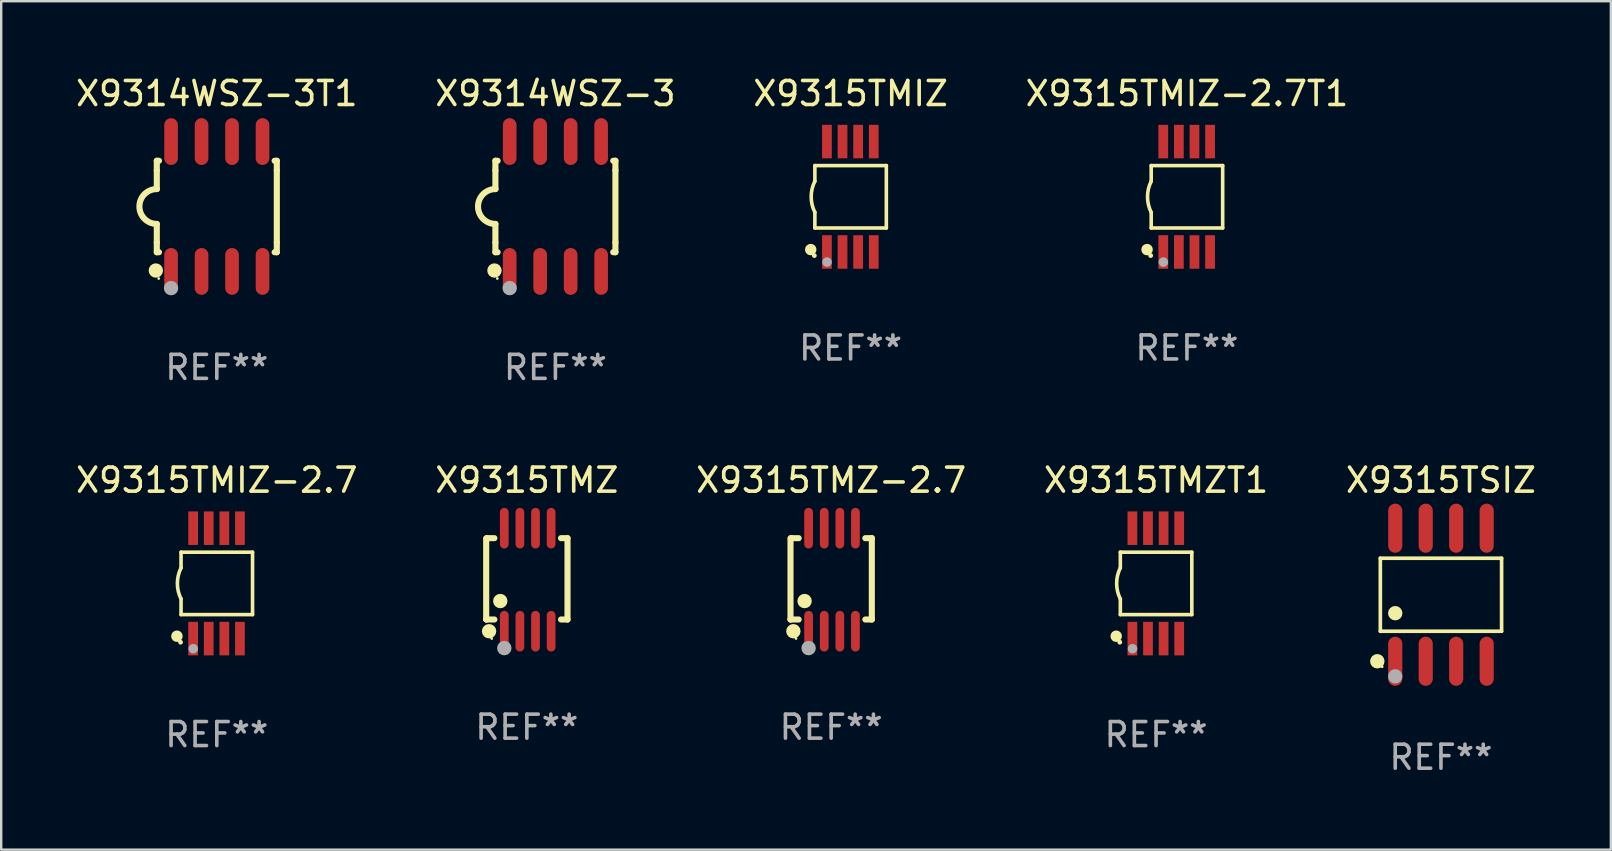
<source format=kicad_pcb>
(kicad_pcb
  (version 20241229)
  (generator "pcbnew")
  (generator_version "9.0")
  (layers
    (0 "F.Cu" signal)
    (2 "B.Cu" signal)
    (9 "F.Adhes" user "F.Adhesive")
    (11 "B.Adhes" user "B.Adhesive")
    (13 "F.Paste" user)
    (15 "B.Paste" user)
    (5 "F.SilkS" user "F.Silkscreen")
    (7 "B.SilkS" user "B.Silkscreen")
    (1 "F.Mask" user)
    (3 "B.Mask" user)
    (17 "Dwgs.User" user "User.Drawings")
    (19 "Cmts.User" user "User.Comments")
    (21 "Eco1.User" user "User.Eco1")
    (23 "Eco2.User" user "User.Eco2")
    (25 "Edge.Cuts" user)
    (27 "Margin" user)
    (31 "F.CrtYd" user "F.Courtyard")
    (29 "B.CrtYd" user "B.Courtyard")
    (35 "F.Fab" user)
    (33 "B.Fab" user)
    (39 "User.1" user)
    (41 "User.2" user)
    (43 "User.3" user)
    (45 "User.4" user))
  (footprint "X9314WSZ-3T1"
    (layer "F.Cu")
    (at 5.982 5.553)
    (property "Reference" "X9314WSZ-3T1" (at 0 -4.705 0) (layer "F.SilkS") (effects (font (size 1 1) (thickness 0.15))))
    (attr through_hole)
    (fp_line (start -2.5 -1.905) (end -2.409 -1.905) (stroke (width 0.254) (type solid)) (layer "F.SilkS"))
    (fp_line (start -2.5 -1.5) (end -2.5 -1.905) (stroke (width 0.254) (type solid)) (layer "F.SilkS"))
    (fp_line (start -2.5 -1.5) (end -2.5 -0.726) (stroke (width 0.254) (type solid)) (layer "F.SilkS"))
    (fp_line (start -2.5 1.5) (end -2.5 0.727) (stroke (width 0.254) (type solid)) (layer "F.SilkS"))
    (fp_line (start -2.5 1.5) (end -2.5 1.905) (stroke (width 0.254) (type solid)) (layer "F.SilkS"))
    (fp_line (start -2.5 1.905) (end -2.409 1.905) (stroke (width 0.254) (type solid)) (layer "F.SilkS"))
    (fp_line (start 2.5 -1.905) (end 2.409 -1.905) (stroke (width 0.254) (type solid)) (layer "F.SilkS"))
    (fp_line (start 2.5 -1.5) (end 2.5 -1.905) (stroke (width 0.254) (type solid)) (layer "F.SilkS"))
    (fp_line (start 2.5 -1.5) (end 2.5 1.5) (stroke (width 0.254) (type solid)) (layer "F.SilkS"))
    (fp_line (start 2.5 1.5) (end 2.5 1.905) (stroke (width 0.254) (type solid)) (layer "F.SilkS"))
    (fp_line (start 2.5 1.905) (end 2.409 1.905) (stroke (width 0.254) (type solid)) (layer "F.SilkS"))
    (fp_arc (start -2.5 0.726568) (mid -3.220316 -0.0023) (end -2.495097 -0.726289) (stroke (width 0.254001) (type solid)) (layer "F.SilkS"))
    (fp_circle (center -2.54 2.667) (end -2.39 2.667) (stroke (width 0.3) (type solid)) (fill no) (layer "F.SilkS"))
    (fp_circle (center -2.42 3) (end -2.39 3) (stroke (width 0.06) (type solid)) (fill no) (layer "F.SilkS"))
    (fp_circle (center -1.905 3.4) (end -1.755 3.4) (stroke (width 0.3) (type solid)) (fill no) (layer "F.Fab"))
    (fp_text user "REF**" (at 0 6.705 0) (layer "F.Fab") (effects (font (size 1 1) (thickness 0.15))))
    (pad "1" smd oval (at -1.905 2.705) (size 0.568 1.95) (layers "F.Cu" "F.Mask" "F.Paste"))
    (pad "2" smd oval (at -0.635 2.705) (size 0.568 1.95) (layers "F.Cu" "F.Mask" "F.Paste"))
    (pad "3" smd oval (at 0.635 2.705) (size 0.568 1.95) (layers "F.Cu" "F.Mask" "F.Paste"))
    (pad "4" smd oval (at 1.905 2.705) (size 0.568 1.95) (layers "F.Cu" "F.Mask" "F.Paste"))
    (pad "5" smd oval (at 1.905 -2.705) (size 0.568 1.95) (layers "F.Cu" "F.Mask" "F.Paste"))
    (pad "6" smd oval (at 0.635 -2.705) (size 0.568 1.95) (layers "F.Cu" "F.Mask" "F.Paste"))
    (pad "7" smd oval (at -0.635 -2.705) (size 0.568 1.95) (layers "F.Cu" "F.Mask" "F.Paste"))
    (pad "8" smd oval (at -1.905 -2.705) (size 0.568 1.95) (layers "F.Cu" "F.Mask" "F.Paste")))
  (footprint "X9315TMZ"
    (layer "F.Cu")
    (at 18.899 21.101)
    (property "Reference" "X9315TMZ" (at 0 -4.146 0) (layer "F.SilkS") (effects (font (size 1 1) (thickness 0.15))))
    (attr through_hole)
    (fp_line (start -1.694 -1.724) (end -1.694 1.652) (stroke (width 0.254) (type solid)) (layer "F.SilkS"))
    (fp_line (start -1.694 1.652) (end -1.688 1.658) (stroke (width 0.254) (type solid)) (layer "F.SilkS"))
    (fp_line (start -1.688 1.658) (end -1.353 1.658) (stroke (width 0.254) (type solid)) (layer "F.SilkS"))
    (fp_line (start -1.661 -1.73) (end -1.681 -1.71) (stroke (width 0.254) (type solid)) (layer "F.SilkS"))
    (fp_line (start -1.353 -1.73) (end -1.661 -1.73) (stroke (width 0.254) (type solid)) (layer "F.SilkS"))
    (fp_line (start 1.424 1.658) (end 1.694 1.658) (stroke (width 0.254) (type solid)) (layer "F.SilkS"))
    (fp_line (start 1.694 -1.73) (end 1.424 -1.73) (stroke (width 0.254) (type solid)) (layer "F.SilkS"))
    (fp_line (start 1.694 1.658) (end 1.694 -1.73) (stroke (width 0.254) (type solid)) (layer "F.SilkS"))
    (fp_circle (center -1.574 2.146) (end -1.424 2.146) (stroke (width 0.3) (type solid)) (fill no) (layer "F.SilkS"))
    (fp_circle (center -1.464 2.45) (end -1.434 2.45) (stroke (width 0.06) (type solid)) (fill no) (layer "F.SilkS"))
    (fp_circle (center -1.107 0.889) (end -0.957 0.889) (stroke (width 0.3) (type solid)) (fill no) (layer "F.SilkS"))
    (fp_circle (center -0.94 2.85) (end -0.789 2.85) (stroke (width 0.3) (type solid)) (fill no) (layer "F.Fab"))
    (fp_text user "REF**" (at 0 6.146 0) (layer "F.Fab") (effects (font (size 1 1) (thickness 0.15))))
    (pad "1" smd oval (at -0.94 2.146) (size 0.364 1.692) (layers "F.Cu" "F.Mask" "F.Paste"))
    (pad "2" smd oval (at -0.289 2.146) (size 0.364 1.692) (layers "F.Cu" "F.Mask" "F.Paste"))
    (pad "3" smd oval (at 0.361 2.146) (size 0.364 1.692) (layers "F.Cu" "F.Mask" "F.Paste"))
    (pad "4" smd oval (at 1.011 2.146) (size 0.364 1.692) (layers "F.Cu" "F.Mask" "F.Paste"))
    (pad "5" smd oval (at 1.011 -2.146) (size 0.364 1.692) (layers "F.Cu" "F.Mask" "F.Paste"))
    (pad "6" smd oval (at 0.361 -2.146) (size 0.364 1.692) (layers "F.Cu" "F.Mask" "F.Paste"))
    (pad "7" smd oval (at -0.289 -2.146) (size 0.364 1.692) (layers "F.Cu" "F.Mask" "F.Paste"))
    (pad "8" smd oval (at -0.94 -2.146) (size 0.364 1.692) (layers "F.Cu" "F.Mask" "F.Paste")))
  (footprint "X9314WSZ-3"
    (layer "F.Cu")
    (at 20.089 5.553)
    (property "Reference" "X9314WSZ-3" (at 0 -4.705 0) (layer "F.SilkS") (effects (font (size 1 1) (thickness 0.15))))
    (attr through_hole)
    (fp_line (start -2.5 -1.905) (end -2.409 -1.905) (stroke (width 0.254) (type solid)) (layer "F.SilkS"))
    (fp_line (start -2.5 -1.5) (end -2.5 -1.905) (stroke (width 0.254) (type solid)) (layer "F.SilkS"))
    (fp_line (start -2.5 -1.5) (end -2.5 -0.726) (stroke (width 0.254) (type solid)) (layer "F.SilkS"))
    (fp_line (start -2.5 1.5) (end -2.5 0.727) (stroke (width 0.254) (type solid)) (layer "F.SilkS"))
    (fp_line (start -2.5 1.5) (end -2.5 1.905) (stroke (width 0.254) (type solid)) (layer "F.SilkS"))
    (fp_line (start -2.5 1.905) (end -2.409 1.905) (stroke (width 0.254) (type solid)) (layer "F.SilkS"))
    (fp_line (start 2.5 -1.905) (end 2.409 -1.905) (stroke (width 0.254) (type solid)) (layer "F.SilkS"))
    (fp_line (start 2.5 -1.5) (end 2.5 -1.905) (stroke (width 0.254) (type solid)) (layer "F.SilkS"))
    (fp_line (start 2.5 -1.5) (end 2.5 1.5) (stroke (width 0.254) (type solid)) (layer "F.SilkS"))
    (fp_line (start 2.5 1.5) (end 2.5 1.905) (stroke (width 0.254) (type solid)) (layer "F.SilkS"))
    (fp_line (start 2.5 1.905) (end 2.409 1.905) (stroke (width 0.254) (type solid)) (layer "F.SilkS"))
    (fp_arc (start -2.5 0.726568) (mid -3.220316 -0.0023) (end -2.495097 -0.726289) (stroke (width 0.254001) (type solid)) (layer "F.SilkS"))
    (fp_circle (center -2.54 2.667) (end -2.39 2.667) (stroke (width 0.3) (type solid)) (fill no) (layer "F.SilkS"))
    (fp_circle (center -2.42 3) (end -2.39 3) (stroke (width 0.06) (type solid)) (fill no) (layer "F.SilkS"))
    (fp_circle (center -1.905 3.4) (end -1.755 3.4) (stroke (width 0.3) (type solid)) (fill no) (layer "F.Fab"))
    (fp_text user "REF**" (at 0 6.705 0) (layer "F.Fab") (effects (font (size 1 1) (thickness 0.15))))
    (pad "1" smd oval (at -1.905 2.705) (size 0.568 1.95) (layers "F.Cu" "F.Mask" "F.Paste"))
    (pad "2" smd oval (at -0.635 2.705) (size 0.568 1.95) (layers "F.Cu" "F.Mask" "F.Paste"))
    (pad "3" smd oval (at 0.635 2.705) (size 0.568 1.95) (layers "F.Cu" "F.Mask" "F.Paste"))
    (pad "4" smd oval (at 1.905 2.705) (size 0.568 1.95) (layers "F.Cu" "F.Mask" "F.Paste"))
    (pad "5" smd oval (at 1.905 -2.705) (size 0.568 1.95) (layers "F.Cu" "F.Mask" "F.Paste"))
    (pad "6" smd oval (at 0.635 -2.705) (size 0.568 1.95) (layers "F.Cu" "F.Mask" "F.Paste"))
    (pad "7" smd oval (at -0.635 -2.705) (size 0.568 1.95) (layers "F.Cu" "F.Mask" "F.Paste"))
    (pad "8" smd oval (at -1.905 -2.705) (size 0.568 1.95) (layers "F.Cu" "F.Mask" "F.Paste")))
  (footprint "X9315TMIZ-2.7T1"
    (layer "F.Cu")
    (at 46.399 5.148)
    (property "Reference" "X9315TMIZ-2.7T1" (at 0 -4.3 0) (layer "F.SilkS") (effects (font (size 1 1) (thickness 0.15))))
    (attr through_hole)
    (fp_line (start -1.489 -1.3) (end -1.489 -0.648) (stroke (width 0.15) (type solid)) (layer "F.SilkS"))
    (fp_line (start -1.489 0.648) (end -1.489 1.3) (stroke (width 0.15) (type solid)) (layer "F.SilkS"))
    (fp_line (start -1.489 1.3) (end 1.489 1.3) (stroke (width 0.15) (type solid)) (layer "F.SilkS"))
    (fp_line (start 1.489 -1.3) (end -1.489 -1.3) (stroke (width 0.15) (type solid)) (layer "F.SilkS"))
    (fp_line (start 1.489 1.3) (end 1.489 -1.3) (stroke (width 0.15) (type solid)) (layer "F.SilkS"))
    (fp_arc (start -1.489205 0.647702) (mid -1.642107 0) (end -1.489205 -0.647701) (stroke (width 0.150013) (type solid)) (layer "F.SilkS"))
    (fp_circle (center -1.661 2.2) (end -1.541 2.2) (stroke (width 0.24) (type solid)) (fill no) (layer "F.SilkS"))
    (fp_circle (center -1.511 2.45) (end -1.461 2.45) (stroke (width 0.1) (type solid)) (fill no) (layer "F.SilkS"))
    (fp_circle (center -0.981 2.72) (end -0.881 2.72) (stroke (width 0.2) (type solid)) (fill no) (layer "F.Fab"))
    (fp_text user "REF**" (at 0 6.3 0) (layer "F.Fab") (effects (font (size 1 1) (thickness 0.15))))
    (pad "1" smd rect (at -0.986 2.3) (size 0.406 1.397) (layers "F.Cu" "F.Mask" "F.Paste"))
    (pad "2" smd rect (at -0.336 2.3) (size 0.406 1.397) (layers "F.Cu" "F.Mask" "F.Paste"))
    (pad "3" smd rect (at 0.314 2.3) (size 0.406 1.397) (layers "F.Cu" "F.Mask" "F.Paste"))
    (pad "4" smd rect (at 0.964 2.3) (size 0.406 1.397) (layers "F.Cu" "F.Mask" "F.Paste"))
    (pad "5" smd rect (at 0.964 -2.3) (size 0.406 1.397) (layers "F.Cu" "F.Mask" "F.Paste"))
    (pad "6" smd rect (at 0.314 -2.3) (size 0.406 1.397) (layers "F.Cu" "F.Mask" "F.Paste"))
    (pad "7" smd rect (at -0.336 -2.3) (size 0.406 1.397) (layers "F.Cu" "F.Mask" "F.Paste"))
    (pad "8" smd rect (at -0.986 -2.3) (size 0.406 1.397) (layers "F.Cu" "F.Mask" "F.Paste")))
  (footprint "X9315TMZT1"
    (layer "F.Cu")
    (at 45.113 21.255)
    (property "Reference" "X9315TMZT1" (at 0 -4.3 0) (layer "F.SilkS") (effects (font (size 1 1) (thickness 0.15))))
    (attr through_hole)
    (fp_line (start -1.489 -1.3) (end -1.489 -0.648) (stroke (width 0.15) (type solid)) (layer "F.SilkS"))
    (fp_line (start -1.489 0.648) (end -1.489 1.3) (stroke (width 0.15) (type solid)) (layer "F.SilkS"))
    (fp_line (start -1.489 1.3) (end 1.489 1.3) (stroke (width 0.15) (type solid)) (layer "F.SilkS"))
    (fp_line (start 1.489 -1.3) (end -1.489 -1.3) (stroke (width 0.15) (type solid)) (layer "F.SilkS"))
    (fp_line (start 1.489 1.3) (end 1.489 -1.3) (stroke (width 0.15) (type solid)) (layer "F.SilkS"))
    (fp_arc (start -1.489205 0.647702) (mid -1.642107 0) (end -1.489205 -0.647701) (stroke (width 0.150013) (type solid)) (layer "F.SilkS"))
    (fp_circle (center -1.661 2.2) (end -1.541 2.2) (stroke (width 0.24) (type solid)) (fill no) (layer "F.SilkS"))
    (fp_circle (center -1.511 2.45) (end -1.461 2.45) (stroke (width 0.1) (type solid)) (fill no) (layer "F.SilkS"))
    (fp_circle (center -0.981 2.72) (end -0.881 2.72) (stroke (width 0.2) (type solid)) (fill no) (layer "F.Fab"))
    (fp_text user "REF**" (at 0 6.3 0) (layer "F.Fab") (effects (font (size 1 1) (thickness 0.15))))
    (pad "1" smd rect (at -0.986 2.3) (size 0.406 1.397) (layers "F.Cu" "F.Mask" "F.Paste"))
    (pad "2" smd rect (at -0.336 2.3) (size 0.406 1.397) (layers "F.Cu" "F.Mask" "F.Paste"))
    (pad "3" smd rect (at 0.314 2.3) (size 0.406 1.397) (layers "F.Cu" "F.Mask" "F.Paste"))
    (pad "4" smd rect (at 0.964 2.3) (size 0.406 1.397) (layers "F.Cu" "F.Mask" "F.Paste"))
    (pad "5" smd rect (at 0.964 -2.3) (size 0.406 1.397) (layers "F.Cu" "F.Mask" "F.Paste"))
    (pad "6" smd rect (at 0.314 -2.3) (size 0.406 1.397) (layers "F.Cu" "F.Mask" "F.Paste"))
    (pad "7" smd rect (at -0.336 -2.3) (size 0.406 1.397) (layers "F.Cu" "F.Mask" "F.Paste"))
    (pad "8" smd rect (at -0.986 -2.3) (size 0.406 1.397) (layers "F.Cu" "F.Mask" "F.Paste")))
  (footprint "X9315TMIZ-2.7"
    (layer "F.Cu")
    (at 5.982 21.255)
    (property "Reference" "X9315TMIZ-2.7" (at 0 -4.3 0) (layer "F.SilkS") (effects (font (size 1 1) (thickness 0.15))))
    (attr through_hole)
    (fp_line (start -1.489 -1.3) (end -1.489 -0.648) (stroke (width 0.15) (type solid)) (layer "F.SilkS"))
    (fp_line (start -1.489 0.648) (end -1.489 1.3) (stroke (width 0.15) (type solid)) (layer "F.SilkS"))
    (fp_line (start -1.489 1.3) (end 1.489 1.3) (stroke (width 0.15) (type solid)) (layer "F.SilkS"))
    (fp_line (start 1.489 -1.3) (end -1.489 -1.3) (stroke (width 0.15) (type solid)) (layer "F.SilkS"))
    (fp_line (start 1.489 1.3) (end 1.489 -1.3) (stroke (width 0.15) (type solid)) (layer "F.SilkS"))
    (fp_arc (start -1.489205 0.647702) (mid -1.642107 0) (end -1.489205 -0.647701) (stroke (width 0.150013) (type solid)) (layer "F.SilkS"))
    (fp_circle (center -1.661 2.2) (end -1.541 2.2) (stroke (width 0.24) (type solid)) (fill no) (layer "F.SilkS"))
    (fp_circle (center -1.511 2.45) (end -1.461 2.45) (stroke (width 0.1) (type solid)) (fill no) (layer "F.SilkS"))
    (fp_circle (center -0.981 2.72) (end -0.881 2.72) (stroke (width 0.2) (type solid)) (fill no) (layer "F.Fab"))
    (fp_text user "REF**" (at 0 6.3 0) (layer "F.Fab") (effects (font (size 1 1) (thickness 0.15))))
    (pad "1" smd rect (at -0.986 2.3) (size 0.406 1.397) (layers "F.Cu" "F.Mask" "F.Paste"))
    (pad "2" smd rect (at -0.336 2.3) (size 0.406 1.397) (layers "F.Cu" "F.Mask" "F.Paste"))
    (pad "3" smd rect (at 0.314 2.3) (size 0.406 1.397) (layers "F.Cu" "F.Mask" "F.Paste"))
    (pad "4" smd rect (at 0.964 2.3) (size 0.406 1.397) (layers "F.Cu" "F.Mask" "F.Paste"))
    (pad "5" smd rect (at 0.964 -2.3) (size 0.406 1.397) (layers "F.Cu" "F.Mask" "F.Paste"))
    (pad "6" smd rect (at 0.314 -2.3) (size 0.406 1.397) (layers "F.Cu" "F.Mask" "F.Paste"))
    (pad "7" smd rect (at -0.336 -2.3) (size 0.406 1.397) (layers "F.Cu" "F.Mask" "F.Paste"))
    (pad "8" smd rect (at -0.986 -2.3) (size 0.406 1.397) (layers "F.Cu" "F.Mask" "F.Paste")))
  (footprint "X9315TMIZ"
    (layer "F.Cu")
    (at 32.387 5.148)
    (property "Reference" "X9315TMIZ" (at 0 -4.3 0) (layer "F.SilkS") (effects (font (size 1 1) (thickness 0.15))))
    (attr through_hole)
    (fp_line (start -1.489 -1.3) (end -1.489 -0.648) (stroke (width 0.15) (type solid)) (layer "F.SilkS"))
    (fp_line (start -1.489 0.648) (end -1.489 1.3) (stroke (width 0.15) (type solid)) (layer "F.SilkS"))
    (fp_line (start -1.489 1.3) (end 1.489 1.3) (stroke (width 0.15) (type solid)) (layer "F.SilkS"))
    (fp_line (start 1.489 -1.3) (end -1.489 -1.3) (stroke (width 0.15) (type solid)) (layer "F.SilkS"))
    (fp_line (start 1.489 1.3) (end 1.489 -1.3) (stroke (width 0.15) (type solid)) (layer "F.SilkS"))
    (fp_arc (start -1.489205 0.647702) (mid -1.642107 0) (end -1.489205 -0.647701) (stroke (width 0.150013) (type solid)) (layer "F.SilkS"))
    (fp_circle (center -1.661 2.2) (end -1.541 2.2) (stroke (width 0.24) (type solid)) (fill no) (layer "F.SilkS"))
    (fp_circle (center -1.511 2.45) (end -1.461 2.45) (stroke (width 0.1) (type solid)) (fill no) (layer "F.SilkS"))
    (fp_circle (center -0.981 2.72) (end -0.881 2.72) (stroke (width 0.2) (type solid)) (fill no) (layer "F.Fab"))
    (fp_text user "REF**" (at 0 6.3 0) (layer "F.Fab") (effects (font (size 1 1) (thickness 0.15))))
    (pad "1" smd rect (at -0.986 2.3) (size 0.406 1.397) (layers "F.Cu" "F.Mask" "F.Paste"))
    (pad "2" smd rect (at -0.336 2.3) (size 0.406 1.397) (layers "F.Cu" "F.Mask" "F.Paste"))
    (pad "3" smd rect (at 0.314 2.3) (size 0.406 1.397) (layers "F.Cu" "F.Mask" "F.Paste"))
    (pad "4" smd rect (at 0.964 2.3) (size 0.406 1.397) (layers "F.Cu" "F.Mask" "F.Paste"))
    (pad "5" smd rect (at 0.964 -2.3) (size 0.406 1.397) (layers "F.Cu" "F.Mask" "F.Paste"))
    (pad "6" smd rect (at 0.314 -2.3) (size 0.406 1.397) (layers "F.Cu" "F.Mask" "F.Paste"))
    (pad "7" smd rect (at -0.336 -2.3) (size 0.406 1.397) (layers "F.Cu" "F.Mask" "F.Paste"))
    (pad "8" smd rect (at -0.986 -2.3) (size 0.406 1.397) (layers "F.Cu" "F.Mask" "F.Paste")))
  (footprint "X9315TMZ-2.7"
    (layer "F.Cu")
    (at 31.577 21.101)
    (property "Reference" "X9315TMZ-2.7" (at 0 -4.146 0) (layer "F.SilkS") (effects (font (size 1 1) (thickness 0.15))))
    (attr through_hole)
    (fp_line (start -1.694 -1.724) (end -1.694 1.652) (stroke (width 0.254) (type solid)) (layer "F.SilkS"))
    (fp_line (start -1.694 1.652) (end -1.688 1.658) (stroke (width 0.254) (type solid)) (layer "F.SilkS"))
    (fp_line (start -1.688 1.658) (end -1.353 1.658) (stroke (width 0.254) (type solid)) (layer "F.SilkS"))
    (fp_line (start -1.661 -1.73) (end -1.681 -1.71) (stroke (width 0.254) (type solid)) (layer "F.SilkS"))
    (fp_line (start -1.353 -1.73) (end -1.661 -1.73) (stroke (width 0.254) (type solid)) (layer "F.SilkS"))
    (fp_line (start 1.424 1.658) (end 1.694 1.658) (stroke (width 0.254) (type solid)) (layer "F.SilkS"))
    (fp_line (start 1.694 -1.73) (end 1.424 -1.73) (stroke (width 0.254) (type solid)) (layer "F.SilkS"))
    (fp_line (start 1.694 1.658) (end 1.694 -1.73) (stroke (width 0.254) (type solid)) (layer "F.SilkS"))
    (fp_circle (center -1.574 2.146) (end -1.424 2.146) (stroke (width 0.3) (type solid)) (fill no) (layer "F.SilkS"))
    (fp_circle (center -1.464 2.45) (end -1.434 2.45) (stroke (width 0.06) (type solid)) (fill no) (layer "F.SilkS"))
    (fp_circle (center -1.107 0.889) (end -0.957 0.889) (stroke (width 0.3) (type solid)) (fill no) (layer "F.SilkS"))
    (fp_circle (center -0.94 2.85) (end -0.789 2.85) (stroke (width 0.3) (type solid)) (fill no) (layer "F.Fab"))
    (fp_text user "REF**" (at 0 6.146 0) (layer "F.Fab") (effects (font (size 1 1) (thickness 0.15))))
    (pad "1" smd oval (at -0.94 2.146) (size 0.364 1.692) (layers "F.Cu" "F.Mask" "F.Paste"))
    (pad "2" smd oval (at -0.289 2.146) (size 0.364 1.692) (layers "F.Cu" "F.Mask" "F.Paste"))
    (pad "3" smd oval (at 0.361 2.146) (size 0.364 1.692) (layers "F.Cu" "F.Mask" "F.Paste"))
    (pad "4" smd oval (at 1.011 2.146) (size 0.364 1.692) (layers "F.Cu" "F.Mask" "F.Paste"))
    (pad "5" smd oval (at 1.011 -2.146) (size 0.364 1.692) (layers "F.Cu" "F.Mask" "F.Paste"))
    (pad "6" smd oval (at 0.361 -2.146) (size 0.364 1.692) (layers "F.Cu" "F.Mask" "F.Paste"))
    (pad "7" smd oval (at -0.289 -2.146) (size 0.364 1.692) (layers "F.Cu" "F.Mask" "F.Paste"))
    (pad "8" smd oval (at -0.94 -2.146) (size 0.364 1.692) (layers "F.Cu" "F.Mask" "F.Paste")))
  (footprint "X9315TSIZ"
    (layer "F.Cu")
    (at 56.982 21.727)
    (property "Reference" "X9315TSIZ" (at 0 -4.772 0) (layer "F.SilkS") (effects (font (size 1 1) (thickness 0.15))))
    (attr through_hole)
    (fp_line (start -2.526 -1.521) (end 2.526 -1.521) (stroke (width 0.152) (type solid)) (layer "F.SilkS"))
    (fp_line (start -2.526 1.521) (end -2.526 -1.521) (stroke (width 0.152) (type solid)) (layer "F.SilkS"))
    (fp_line (start 2.526 -1.521) (end 2.526 1.521) (stroke (width 0.152) (type solid)) (layer "F.SilkS"))
    (fp_line (start 2.526 1.521) (end -2.526 1.521) (stroke (width 0.152) (type solid)) (layer "F.SilkS"))
    (fp_circle (center -2.652 2.772) (end -2.501 2.772) (stroke (width 0.3) (type solid)) (fill no) (layer "F.SilkS"))
    (fp_circle (center -2.45 3) (end -2.42 3) (stroke (width 0.06) (type solid)) (fill no) (layer "F.SilkS"))
    (fp_circle (center -1.905 0.769) (end -1.755 0.769) (stroke (width 0.3) (type solid)) (fill no) (layer "F.SilkS"))
    (fp_circle (center -1.905 3.4) (end -1.755 3.4) (stroke (width 0.3) (type solid)) (fill no) (layer "F.Fab"))
    (fp_text user "REF**" (at 0 6.772 0) (layer "F.Fab") (effects (font (size 1 1) (thickness 0.15))))
    (pad "1" smd oval (at -1.905 2.772) (size 0.588 2.045) (layers "F.Cu" "F.Mask" "F.Paste"))
    (pad "2" smd oval (at -0.635 2.772) (size 0.588 2.045) (layers "F.Cu" "F.Mask" "F.Paste"))
    (pad "3" smd oval (at 0.635 2.772) (size 0.588 2.045) (layers "F.Cu" "F.Mask" "F.Paste"))
    (pad "4" smd oval (at 1.905 2.772) (size 0.588 2.045) (layers "F.Cu" "F.Mask" "F.Paste"))
    (pad "5" smd oval (at 1.905 -2.772) (size 0.588 2.045) (layers "F.Cu" "F.Mask" "F.Paste"))
    (pad "6" smd oval (at 0.635 -2.772) (size 0.588 2.045) (layers "F.Cu" "F.Mask" "F.Paste"))
    (pad "7" smd oval (at -0.635 -2.772) (size 0.588 2.045) (layers "F.Cu" "F.Mask" "F.Paste"))
    (pad "8" smd oval (at -1.905 -2.772) (size 0.588 2.045) (layers "F.Cu" "F.Mask" "F.Paste")))
  (gr_rect
    (start -3 -3)
    (end 64.06 32.348)
    (stroke (width 0.1) (type default))
    (fill no)
    (layer "Edge.Cuts")))
</source>
